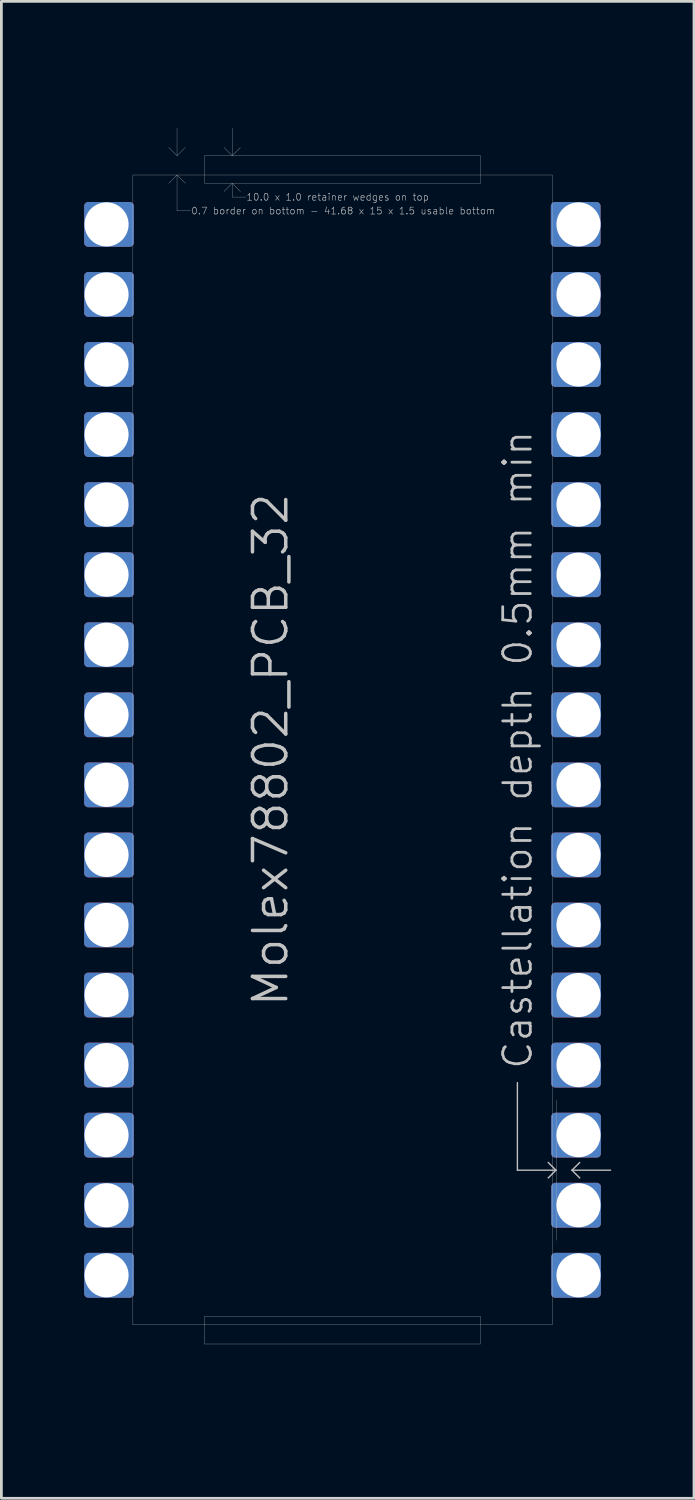
<source format=kicad_pcb>
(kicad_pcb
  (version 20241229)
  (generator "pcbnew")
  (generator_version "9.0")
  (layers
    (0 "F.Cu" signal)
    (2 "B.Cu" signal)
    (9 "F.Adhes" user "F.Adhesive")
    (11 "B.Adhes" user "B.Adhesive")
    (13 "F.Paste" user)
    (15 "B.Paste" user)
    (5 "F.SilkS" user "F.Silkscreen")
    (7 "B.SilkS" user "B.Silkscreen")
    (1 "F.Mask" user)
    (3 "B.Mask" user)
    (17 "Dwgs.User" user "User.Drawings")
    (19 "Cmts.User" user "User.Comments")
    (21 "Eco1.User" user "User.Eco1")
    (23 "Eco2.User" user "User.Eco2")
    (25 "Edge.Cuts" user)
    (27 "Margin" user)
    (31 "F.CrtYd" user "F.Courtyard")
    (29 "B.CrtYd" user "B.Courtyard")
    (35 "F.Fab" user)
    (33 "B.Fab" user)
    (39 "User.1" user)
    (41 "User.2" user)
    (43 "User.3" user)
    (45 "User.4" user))
  (footprint "Molex78802_PCB_32"
    (layer "F.Cu")
    (at 9.368 24.135)
    (property "Reference" "Molex78802_PCB_32" (at -1.905 0 270) (layer "Dwgs.User") (effects (font (size 1.206 1.206) (thickness 0.127)) (justify bottom)))
    (attr exclude_from_pos_files exclude_from_bom)
    (fp_poly (pts (xy -7.717 -18.39) (xy -9.216 -18.39) (xy -9.216 -19.71) (xy -7.717 -19.71)) (stroke (width 0.305) (type solid)) (fill yes) (layer "F.Cu"))
    (fp_poly (pts (xy -7.717 -15.85) (xy -9.216 -15.85) (xy -9.216 -17.17) (xy -7.717 -17.17)) (stroke (width 0.305) (type solid)) (fill yes) (layer "F.Cu"))
    (fp_poly (pts (xy -7.717 -13.31) (xy -9.216 -13.31) (xy -9.216 -14.63) (xy -7.717 -14.63)) (stroke (width 0.305) (type solid)) (fill yes) (layer "F.Cu"))
    (fp_poly (pts (xy -7.717 -10.77) (xy -9.216 -10.77) (xy -9.216 -12.09) (xy -7.717 -12.09)) (stroke (width 0.305) (type solid)) (fill yes) (layer "F.Cu"))
    (fp_poly (pts (xy -7.717 -8.23) (xy -9.216 -8.23) (xy -9.216 -9.55) (xy -7.717 -9.55)) (stroke (width 0.305) (type solid)) (fill yes) (layer "F.Cu"))
    (fp_poly (pts (xy -7.717 -5.69) (xy -9.216 -5.69) (xy -9.216 -7.01) (xy -7.717 -7.01)) (stroke (width 0.305) (type solid)) (fill yes) (layer "F.Cu"))
    (fp_poly (pts (xy -7.717 -3.15) (xy -9.216 -3.15) (xy -9.216 -4.47) (xy -7.717 -4.47)) (stroke (width 0.305) (type solid)) (fill yes) (layer "F.Cu"))
    (fp_poly (pts (xy -7.717 -0.61) (xy -9.216 -0.61) (xy -9.216 -1.93) (xy -7.717 -1.93)) (stroke (width 0.305) (type solid)) (fill yes) (layer "F.Cu"))
    (fp_poly (pts (xy -7.717 1.93) (xy -9.216 1.93) (xy -9.216 0.61) (xy -7.717 0.61)) (stroke (width 0.305) (type solid)) (fill yes) (layer "F.Cu"))
    (fp_poly (pts (xy -7.717 4.47) (xy -9.216 4.47) (xy -9.216 3.15) (xy -7.717 3.15)) (stroke (width 0.305) (type solid)) (fill yes) (layer "F.Cu"))
    (fp_poly (pts (xy -7.717 7.01) (xy -9.216 7.01) (xy -9.216 5.69) (xy -7.717 5.69)) (stroke (width 0.305) (type solid)) (fill yes) (layer "F.Cu"))
    (fp_poly (pts (xy -7.717 9.55) (xy -9.216 9.55) (xy -9.216 8.23) (xy -7.717 8.23)) (stroke (width 0.305) (type solid)) (fill yes) (layer "F.Cu"))
    (fp_poly (pts (xy -7.717 12.09) (xy -9.216 12.09) (xy -9.216 10.77) (xy -7.717 10.77)) (stroke (width 0.305) (type solid)) (fill yes) (layer "F.Cu"))
    (fp_poly (pts (xy -7.717 14.63) (xy -9.216 14.63) (xy -9.216 13.31) (xy -7.717 13.31)) (stroke (width 0.305) (type solid)) (fill yes) (layer "F.Cu"))
    (fp_poly (pts (xy -7.717 17.17) (xy -9.216 17.17) (xy -9.216 15.85) (xy -7.717 15.85)) (stroke (width 0.305) (type solid)) (fill yes) (layer "F.Cu"))
    (fp_poly (pts (xy -7.717 19.71) (xy -9.216 19.71) (xy -9.216 18.39) (xy -7.717 18.39)) (stroke (width 0.305) (type solid)) (fill yes) (layer "F.Cu"))
    (fp_poly (pts (xy 9.203 -18.39) (xy 7.704 -18.39) (xy 7.704 -19.71) (xy 9.203 -19.71)) (stroke (width 0.305) (type solid)) (fill yes) (layer "F.Cu"))
    (fp_poly (pts (xy 9.203 -15.85) (xy 7.704 -15.85) (xy 7.704 -17.17) (xy 9.203 -17.17)) (stroke (width 0.305) (type solid)) (fill yes) (layer "F.Cu"))
    (fp_poly (pts (xy 9.216 -13.31) (xy 7.717 -13.31) (xy 7.717 -14.63) (xy 9.216 -14.63)) (stroke (width 0.305) (type solid)) (fill yes) (layer "F.Cu"))
    (fp_poly (pts (xy 9.216 -10.77) (xy 7.717 -10.77) (xy 7.717 -12.09) (xy 9.216 -12.09)) (stroke (width 0.305) (type solid)) (fill yes) (layer "F.Cu"))
    (fp_poly (pts (xy 9.216 -8.23) (xy 7.717 -8.23) (xy 7.717 -9.55) (xy 9.216 -9.55)) (stroke (width 0.305) (type solid)) (fill yes) (layer "F.Cu"))
    (fp_poly (pts (xy 9.216 -5.69) (xy 7.717 -5.69) (xy 7.717 -7.01) (xy 9.216 -7.01)) (stroke (width 0.305) (type solid)) (fill yes) (layer "F.Cu"))
    (fp_poly (pts (xy 9.216 -3.15) (xy 7.717 -3.15) (xy 7.717 -4.47) (xy 9.216 -4.47)) (stroke (width 0.305) (type solid)) (fill yes) (layer "F.Cu"))
    (fp_poly (pts (xy 9.216 -0.61) (xy 7.717 -0.61) (xy 7.717 -1.93) (xy 9.216 -1.93)) (stroke (width 0.305) (type solid)) (fill yes) (layer "F.Cu"))
    (fp_poly (pts (xy 9.216 1.93) (xy 7.717 1.93) (xy 7.717 0.61) (xy 9.216 0.61)) (stroke (width 0.305) (type solid)) (fill yes) (layer "F.Cu"))
    (fp_poly (pts (xy 9.216 4.47) (xy 7.717 4.47) (xy 7.717 3.15) (xy 9.216 3.15)) (stroke (width 0.305) (type solid)) (fill yes) (layer "F.Cu"))
    (fp_poly (pts (xy 9.216 7.01) (xy 7.717 7.01) (xy 7.717 5.69) (xy 9.216 5.69)) (stroke (width 0.305) (type solid)) (fill yes) (layer "F.Cu"))
    (fp_poly (pts (xy 9.216 9.55) (xy 7.717 9.55) (xy 7.717 8.23) (xy 9.216 8.23)) (stroke (width 0.305) (type solid)) (fill yes) (layer "F.Cu"))
    (fp_poly (pts (xy 9.216 12.09) (xy 7.717 12.09) (xy 7.717 10.77) (xy 9.216 10.77)) (stroke (width 0.305) (type solid)) (fill yes) (layer "F.Cu"))
    (fp_poly (pts (xy 9.216 14.63) (xy 7.717 14.63) (xy 7.717 13.31) (xy 9.216 13.31)) (stroke (width 0.305) (type solid)) (fill yes) (layer "F.Cu"))
    (fp_poly (pts (xy 9.216 17.17) (xy 7.717 17.17) (xy 7.717 15.85) (xy 9.216 15.85)) (stroke (width 0.305) (type solid)) (fill yes) (layer "F.Cu"))
    (fp_poly (pts (xy 9.216 19.71) (xy 7.717 19.71) (xy 7.717 18.39) (xy 9.216 18.39)) (stroke (width 0.305) (type solid)) (fill yes) (layer "F.Cu"))
    (fp_poly (pts (xy -7.717 -18.39) (xy -9.216 -18.39) (xy -9.216 -19.71) (xy -7.717 -19.71)) (stroke (width 0.305) (type solid)) (fill yes) (layer "B.Cu"))
    (fp_poly (pts (xy -7.717 -15.85) (xy -9.216 -15.85) (xy -9.216 -17.17) (xy -7.717 -17.17)) (stroke (width 0.305) (type solid)) (fill yes) (layer "B.Cu"))
    (fp_poly (pts (xy -7.717 -14.63) (xy -9.216 -14.63) (xy -9.216 -13.31) (xy -7.717 -13.31)) (stroke (width 0.305) (type solid)) (fill yes) (layer "B.Cu"))
    (fp_poly (pts (xy -7.717 -12.09) (xy -9.216 -12.09) (xy -9.216 -10.77) (xy -7.717 -10.77)) (stroke (width 0.305) (type solid)) (fill yes) (layer "B.Cu"))
    (fp_poly (pts (xy -7.717 -9.55) (xy -9.216 -9.55) (xy -9.216 -8.23) (xy -7.717 -8.23)) (stroke (width 0.305) (type solid)) (fill yes) (layer "B.Cu"))
    (fp_poly (pts (xy -7.717 -7.01) (xy -9.216 -7.01) (xy -9.216 -5.69) (xy -7.717 -5.69)) (stroke (width 0.305) (type solid)) (fill yes) (layer "B.Cu"))
    (fp_poly (pts (xy -7.717 -4.47) (xy -9.216 -4.47) (xy -9.216 -3.15) (xy -7.717 -3.15)) (stroke (width 0.305) (type solid)) (fill yes) (layer "B.Cu"))
    (fp_poly (pts (xy -7.717 -1.93) (xy -9.216 -1.93) (xy -9.216 -0.61) (xy -7.717 -0.61)) (stroke (width 0.305) (type solid)) (fill yes) (layer "B.Cu"))
    (fp_poly (pts (xy -7.717 0.61) (xy -9.216 0.61) (xy -9.216 1.93) (xy -7.717 1.93)) (stroke (width 0.305) (type solid)) (fill yes) (layer "B.Cu"))
    (fp_poly (pts (xy -7.717 3.15) (xy -9.216 3.15) (xy -9.216 4.47) (xy -7.717 4.47)) (stroke (width 0.305) (type solid)) (fill yes) (layer "B.Cu"))
    (fp_poly (pts (xy -7.717 5.69) (xy -9.216 5.69) (xy -9.216 7.01) (xy -7.717 7.01)) (stroke (width 0.305) (type solid)) (fill yes) (layer "B.Cu"))
    (fp_poly (pts (xy -7.717 8.23) (xy -9.216 8.23) (xy -9.216 9.55) (xy -7.717 9.55)) (stroke (width 0.305) (type solid)) (fill yes) (layer "B.Cu"))
    (fp_poly (pts (xy -7.717 10.77) (xy -9.216 10.77) (xy -9.216 12.09) (xy -7.717 12.09)) (stroke (width 0.305) (type solid)) (fill yes) (layer "B.Cu"))
    (fp_poly (pts (xy -7.717 13.31) (xy -9.216 13.31) (xy -9.216 14.63) (xy -7.717 14.63)) (stroke (width 0.305) (type solid)) (fill yes) (layer "B.Cu"))
    (fp_poly (pts (xy -7.717 15.85) (xy -9.216 15.85) (xy -9.216 17.17) (xy -7.717 17.17)) (stroke (width 0.305) (type solid)) (fill yes) (layer "B.Cu"))
    (fp_poly (pts (xy -7.717 18.39) (xy -9.216 18.39) (xy -9.216 19.71) (xy -7.717 19.71)) (stroke (width 0.305) (type solid)) (fill yes) (layer "B.Cu"))
    (fp_poly (pts (xy 9.203 -18.39) (xy 7.704 -18.39) (xy 7.704 -19.71) (xy 9.203 -19.71)) (stroke (width 0.305) (type solid)) (fill yes) (layer "B.Cu"))
    (fp_poly (pts (xy 9.203 -15.85) (xy 7.704 -15.85) (xy 7.704 -17.17) (xy 9.203 -17.17)) (stroke (width 0.305) (type solid)) (fill yes) (layer "B.Cu"))
    (fp_poly (pts (xy 9.216 -14.63) (xy 7.717 -14.63) (xy 7.717 -13.31) (xy 9.216 -13.31)) (stroke (width 0.305) (type solid)) (fill yes) (layer "B.Cu"))
    (fp_poly (pts (xy 9.216 -12.09) (xy 7.717 -12.09) (xy 7.717 -10.77) (xy 9.216 -10.77)) (stroke (width 0.305) (type solid)) (fill yes) (layer "B.Cu"))
    (fp_poly (pts (xy 9.216 -9.55) (xy 7.717 -9.55) (xy 7.717 -8.23) (xy 9.216 -8.23)) (stroke (width 0.305) (type solid)) (fill yes) (layer "B.Cu"))
    (fp_poly (pts (xy 9.216 -7.01) (xy 7.717 -7.01) (xy 7.717 -5.69) (xy 9.216 -5.69)) (stroke (width 0.305) (type solid)) (fill yes) (layer "B.Cu"))
    (fp_poly (pts (xy 9.216 -4.47) (xy 7.717 -4.47) (xy 7.717 -3.15) (xy 9.216 -3.15)) (stroke (width 0.305) (type solid)) (fill yes) (layer "B.Cu"))
    (fp_poly (pts (xy 9.216 -1.93) (xy 7.717 -1.93) (xy 7.717 -0.61) (xy 9.216 -0.61)) (stroke (width 0.305) (type solid)) (fill yes) (layer "B.Cu"))
    (fp_poly (pts (xy 9.216 0.61) (xy 7.717 0.61) (xy 7.717 1.93) (xy 9.216 1.93)) (stroke (width 0.305) (type solid)) (fill yes) (layer "B.Cu"))
    (fp_poly (pts (xy 9.216 3.15) (xy 7.717 3.15) (xy 7.717 4.47) (xy 9.216 4.47)) (stroke (width 0.305) (type solid)) (fill yes) (layer "B.Cu"))
    (fp_poly (pts (xy 9.216 5.69) (xy 7.717 5.69) (xy 7.717 7.01) (xy 9.216 7.01)) (stroke (width 0.305) (type solid)) (fill yes) (layer "B.Cu"))
    (fp_poly (pts (xy 9.216 8.23) (xy 7.717 8.23) (xy 7.717 9.55) (xy 9.216 9.55)) (stroke (width 0.305) (type solid)) (fill yes) (layer "B.Cu"))
    (fp_poly (pts (xy 9.216 10.77) (xy 7.717 10.77) (xy 7.717 12.09) (xy 9.216 12.09)) (stroke (width 0.305) (type solid)) (fill yes) (layer "B.Cu"))
    (fp_poly (pts (xy 9.216 13.31) (xy 7.717 13.31) (xy 7.717 14.63) (xy 9.216 14.63)) (stroke (width 0.305) (type solid)) (fill yes) (layer "B.Cu"))
    (fp_poly (pts (xy 9.216 15.85) (xy 7.717 15.85) (xy 7.717 17.17) (xy 9.216 17.17)) (stroke (width 0.305) (type solid)) (fill yes) (layer "B.Cu"))
    (fp_poly (pts (xy 9.216 18.39) (xy 7.717 18.39) (xy 7.717 19.71) (xy 9.216 19.71)) (stroke (width 0.305) (type solid)) (fill yes) (layer "B.Cu"))
    (fp_line (start -7.6 -20.84) (end -7.6 20.84) (stroke (width 0.01) (type solid)) (layer "Dwgs.User"))
    (fp_line (start -7.6 -20.84) (end 7.6 -20.84) (stroke (width 0.01) (type solid)) (layer "Dwgs.User"))
    (fp_line (start -7.6 20.84) (end 7.6 20.84) (stroke (width 0.01) (type solid)) (layer "Dwgs.User"))
    (fp_line (start -6 -21.54) (end -6.3 -21.84) (stroke (width 0.01) (type solid)) (layer "Dwgs.User"))
    (fp_line (start -6 -21.54) (end -6 -22.54) (stroke (width 0.01) (type solid)) (layer "Dwgs.User"))
    (fp_line (start -6 -21.54) (end -5.7 -21.84) (stroke (width 0.01) (type solid)) (layer "Dwgs.User"))
    (fp_line (start -6 -20.84) (end -6.3 -20.54) (stroke (width 0.01) (type solid)) (layer "Dwgs.User"))
    (fp_line (start -6 -20.84) (end -6 -19.54) (stroke (width 0.01) (type solid)) (layer "Dwgs.User"))
    (fp_line (start -6 -20.84) (end -5.7 -20.54) (stroke (width 0.01) (type solid)) (layer "Dwgs.User"))
    (fp_line (start -6 -19.54) (end -5.5 -19.54) (stroke (width 0.01) (type solid)) (layer "Dwgs.User"))
    (fp_line (start -5 -21.54) (end -5 -20.54) (stroke (width 0.01) (type solid)) (layer "Dwgs.User"))
    (fp_line (start -5 -20.54) (end 5 -20.54) (stroke (width 0.01) (type solid)) (layer "Dwgs.User"))
    (fp_line (start -5 20.54) (end -5 21.54) (stroke (width 0.01) (type solid)) (layer "Dwgs.User"))
    (fp_line (start -5 20.54) (end 5 20.54) (stroke (width 0.01) (type solid)) (layer "Dwgs.User"))
    (fp_line (start -5 21.54) (end 5 21.54) (stroke (width 0.01) (type solid)) (layer "Dwgs.User"))
    (fp_line (start -4 -21.54) (end -4.3 -21.84) (stroke (width 0.01) (type solid)) (layer "Dwgs.User"))
    (fp_line (start -4 -21.54) (end -4 -22.54) (stroke (width 0.01) (type solid)) (layer "Dwgs.User"))
    (fp_line (start -4 -21.54) (end -3.7 -21.84) (stroke (width 0.01) (type solid)) (layer "Dwgs.User"))
    (fp_line (start -4 -20.54) (end -4.3 -20.24) (stroke (width 0.01) (type solid)) (layer "Dwgs.User"))
    (fp_line (start -4 -20.54) (end -4 -20.04) (stroke (width 0.01) (type solid)) (layer "Dwgs.User"))
    (fp_line (start -4 -20.54) (end -3.7 -20.24) (stroke (width 0.01) (type solid)) (layer "Dwgs.User"))
    (fp_line (start -4 -20.04) (end -3.5 -20.04) (stroke (width 0.01) (type solid)) (layer "Dwgs.User"))
    (fp_line (start 5 -21.54) (end -5 -21.54) (stroke (width 0.01) (type solid)) (layer "Dwgs.User"))
    (fp_line (start 5 -20.54) (end 5 -21.54) (stroke (width 0.01) (type solid)) (layer "Dwgs.User"))
    (fp_line (start 5 21.54) (end 5 20.54) (stroke (width 0.01) (type solid)) (layer "Dwgs.User"))
    (fp_line (start 6.34 12.065) (end 6.34 15.24) (stroke (width 0.05) (type solid)) (layer "Dwgs.User"))
    (fp_line (start 6.34 15.24) (end 7.737 15.24) (stroke (width 0.05) (type solid)) (layer "Dwgs.User"))
    (fp_line (start 7.457 14.96) (end 7.737 15.24) (stroke (width 0.05) (type solid)) (layer "Dwgs.User"))
    (fp_line (start 7.6 -20.84) (end 7.6 20.84) (stroke (width 0.01) (type solid)) (layer "Dwgs.User"))
    (fp_line (start 7.737 15.24) (end 7.457 15.52) (stroke (width 0.05) (type solid)) (layer "Dwgs.User"))
    (fp_line (start 7.757 17.78) (end 7.757 12.7) (stroke (width 0.01) (type solid)) (layer "Dwgs.User"))
    (fp_line (start 8.32 15.24) (end 8.6 15.52) (stroke (width 0.05) (type solid)) (layer "Dwgs.User"))
    (fp_line (start 8.32 15.24) (end 9.717 15.24) (stroke (width 0.05) (type solid)) (layer "Dwgs.User"))
    (fp_line (start 8.6 14.96) (end 8.32 15.24) (stroke (width 0.05) (type solid)) (layer "Dwgs.User"))
    (fp_line (start -8.26 -21.59) (end -0.762 -21.59) (stroke (width 0.01) (type solid)) (layer "Eco1.User"))
    (fp_line (start -8.26 21.59) (end -8.26 -21.59) (stroke (width 0.01) (type solid)) (layer "Eco1.User"))
    (fp_line (start -8.26 21.59) (end -4.559 21.59) (stroke (width 0.01) (type solid)) (layer "Eco1.User"))
    (fp_line (start -4.559 21.59) (end -4.559 24.13) (stroke (width 0.01) (type solid)) (layer "Eco1.User"))
    (fp_line (start -4.559 24.13) (end -3.035 24.13) (stroke (width 0.01) (type solid)) (layer "Eco1.User"))
    (fp_line (start -3.035 24.13) (end -3.035 21.59) (stroke (width 0.01) (type solid)) (layer "Eco1.User"))
    (fp_line (start -0.762 -24.13) (end 0.762 -24.13) (stroke (width 0.01) (type solid)) (layer "Eco1.User"))
    (fp_line (start -0.762 -21.59) (end -0.762 -24.13) (stroke (width 0.01) (type solid)) (layer "Eco1.User"))
    (fp_line (start 0.762 -24.13) (end 0.762 -21.59) (stroke (width 0.01) (type solid)) (layer "Eco1.User"))
    (fp_line (start 0.762 -21.59) (end 8.26 -21.59) (stroke (width 0.01) (type solid)) (layer "Eco1.User"))
    (fp_line (start 3.035 21.59) (end -3.035 21.59) (stroke (width 0.01) (type solid)) (layer "Eco1.User"))
    (fp_line (start 3.035 24.13) (end 3.035 21.59) (stroke (width 0.01) (type solid)) (layer "Eco1.User"))
    (fp_line (start 4.559 21.59) (end 4.559 24.13) (stroke (width 0.01) (type solid)) (layer "Eco1.User"))
    (fp_line (start 4.559 21.59) (end 8.26 21.59) (stroke (width 0.01) (type solid)) (layer "Eco1.User"))
    (fp_line (start 4.559 24.13) (end 3.035 24.13) (stroke (width 0.01) (type solid)) (layer "Eco1.User"))
    (fp_line (start 8.26 21.59) (end 8.26 -21.59) (stroke (width 0.01) (type solid)) (layer "Eco1.User"))
    (fp_line (start -8.3 21.54) (end -8.3 -19.74) (stroke (width 0.01) (type solid)) (layer "Eco2.User"))
    (fp_line (start -8.3 21.54) (end 8.3 21.54) (stroke (width 0.01) (type solid)) (layer "Eco2.User"))
    (fp_line (start -6.5 -21.54) (end -8.3 -19.74) (stroke (width 0.01) (type solid)) (layer "Eco2.User"))
    (fp_line (start -6.5 -21.54) (end 8.3 -21.54) (stroke (width 0.01) (type solid)) (layer "Eco2.User"))
    (fp_line (start 8.3 21.54) (end 8.3 -21.54) (stroke (width 0.01) (type solid)) (layer "Eco2.User"))
    (fp_text user "Castellation depth 0.5mm min" (at 6.35 0 270) (layer "Dwgs.User") (effects (font (size 1 1) (thickness 0.1))))
    (fp_text user "0.7 border on bottom - 41.68 x 15 x 1.5 usable bottom" (at -5.5 -19.54 0) (layer "Dwgs.User") (effects (font (size 0.25 0.25) (thickness 0.02)) (justify left)))
    (fp_text user "10.0 x 1.0 retainer wedges on top" (at -3.5 -20.04 0) (layer "Dwgs.User") (effects (font (size 0.25 0.25) (thickness 0.02)) (justify left)))
    (fp_text user "Eco1.User is Edge.Cuts for use without carrier." (at -4.445 0 270) (layer "Eco1.User") (effects (font (size 0.8 0.8) (thickness 0.05))))
    (fp_text user "Board outline: 0.01mm grid, copy Eco2.User" (at -6 0 270) (layer "Eco2.User") (effects (font (size 1 1) (thickness 0.1))))
    (pad "1" thru_hole circle (at -8.555 -19.05) (size 1.6 1.6) (drill 1.598) (layers "*.Cu" "*.Mask"))
    (pad "2" thru_hole circle (at -8.555 -16.51) (size 1.6 1.6) (drill 1.598) (layers "*.Cu" "*.Mask"))
    (pad "3" thru_hole circle (at -8.555 -13.97) (size 1.6 1.6) (drill 1.598) (layers "*.Cu" "*.Mask"))
    (pad "4" thru_hole circle (at -8.555 -11.43) (size 1.6 1.6) (drill 1.598) (layers "*.Cu" "*.Mask"))
    (pad "5" thru_hole circle (at -8.555 -8.89) (size 1.6 1.6) (drill 1.598) (layers "*.Cu" "*.Mask"))
    (pad "6" thru_hole circle (at -8.555 -6.35) (size 1.6 1.6) (drill 1.598) (layers "*.Cu" "*.Mask"))
    (pad "7" thru_hole circle (at -8.555 -3.81) (size 1.6 1.6) (drill 1.598) (layers "*.Cu" "*.Mask"))
    (pad "8" thru_hole circle (at -8.555 -1.27) (size 1.6 1.6) (drill 1.598) (layers "*.Cu" "*.Mask"))
    (pad "9" thru_hole circle (at -8.555 1.27) (size 1.6 1.6) (drill 1.598) (layers "*.Cu" "*.Mask"))
    (pad "10" thru_hole circle (at -8.555 3.81) (size 1.6 1.6) (drill 1.598) (layers "*.Cu" "*.Mask"))
    (pad "11" thru_hole circle (at -8.555 6.35) (size 1.6 1.6) (drill 1.598) (layers "*.Cu" "*.Mask"))
    (pad "12" thru_hole circle (at -8.555 8.89) (size 1.6 1.6) (drill 1.598) (layers "*.Cu" "*.Mask"))
    (pad "13" thru_hole circle (at -8.555 11.43) (size 1.6 1.6) (drill 1.598) (layers "*.Cu" "*.Mask"))
    (pad "14" thru_hole circle (at -8.555 13.97) (size 1.6 1.6) (drill 1.598) (layers "*.Cu" "*.Mask"))
    (pad "15" thru_hole circle (at -8.555 16.51) (size 1.6 1.6) (drill 1.598) (layers "*.Cu" "*.Mask"))
    (pad "16" thru_hole circle (at -8.555 19.05) (size 1.6 1.6) (drill 1.598) (layers "*.Cu" "*.Mask"))
    (pad "17" thru_hole circle (at 8.555 19.05 180) (size 1.6 1.6) (drill 1.598) (layers "*.Cu" "*.Mask"))
    (pad "18" thru_hole circle (at 8.555 16.51 180) (size 1.6 1.6) (drill 1.598) (layers "*.Cu" "*.Mask"))
    (pad "19" thru_hole circle (at 8.555 13.97 180) (size 1.6 1.6) (drill 1.598) (layers "*.Cu" "*.Mask"))
    (pad "20" thru_hole circle (at 8.555 11.43 180) (size 1.6 1.6) (drill 1.598) (layers "*.Cu" "*.Mask"))
    (pad "21" thru_hole circle (at 8.555 8.89 180) (size 1.6 1.6) (drill 1.598) (layers "*.Cu" "*.Mask"))
    (pad "22" thru_hole circle (at 8.555 6.35 180) (size 1.6 1.6) (drill 1.598) (layers "*.Cu" "*.Mask"))
    (pad "23" thru_hole circle (at 8.555 3.81 180) (size 1.6 1.6) (drill 1.598) (layers "*.Cu" "*.Mask"))
    (pad "24" thru_hole circle (at 8.555 1.27 180) (size 1.6 1.6) (drill 1.598) (layers "*.Cu" "*.Mask"))
    (pad "25" thru_hole circle (at 8.555 -1.27 180) (size 1.6 1.6) (drill 1.598) (layers "*.Cu" "*.Mask"))
    (pad "26" thru_hole circle (at 8.555 -3.81 180) (size 1.6 1.6) (drill 1.598) (layers "*.Cu" "*.Mask"))
    (pad "27" thru_hole circle (at 8.555 -6.35 180) (size 1.6 1.6) (drill 1.598) (layers "*.Cu" "*.Mask"))
    (pad "28" thru_hole circle (at 8.555 -8.89 180) (size 1.6 1.6) (drill 1.598) (layers "*.Cu" "*.Mask"))
    (pad "29" thru_hole circle (at 8.555 -11.43 180) (size 1.6 1.6) (drill 1.598) (layers "*.Cu" "*.Mask"))
    (pad "30" thru_hole circle (at 8.555 -13.97 180) (size 1.6 1.6) (drill 1.598) (layers "*.Cu" "*.Mask"))
    (pad "31" thru_hole circle (at 8.555 -16.51 180) (size 1.6 1.6) (drill 1.598) (layers "*.Cu" "*.Mask"))
    (pad "32" thru_hole circle (at 8.555 -19.05 180) (size 1.6 1.6) (drill 1.598) (layers "*.Cu" "*.Mask")))
  (gr_rect
    (start -3 -3)
    (end 22.11 51.27)
    (stroke (width 0.1) (type default))
    (fill no)
    (layer "Edge.Cuts")))
</source>
